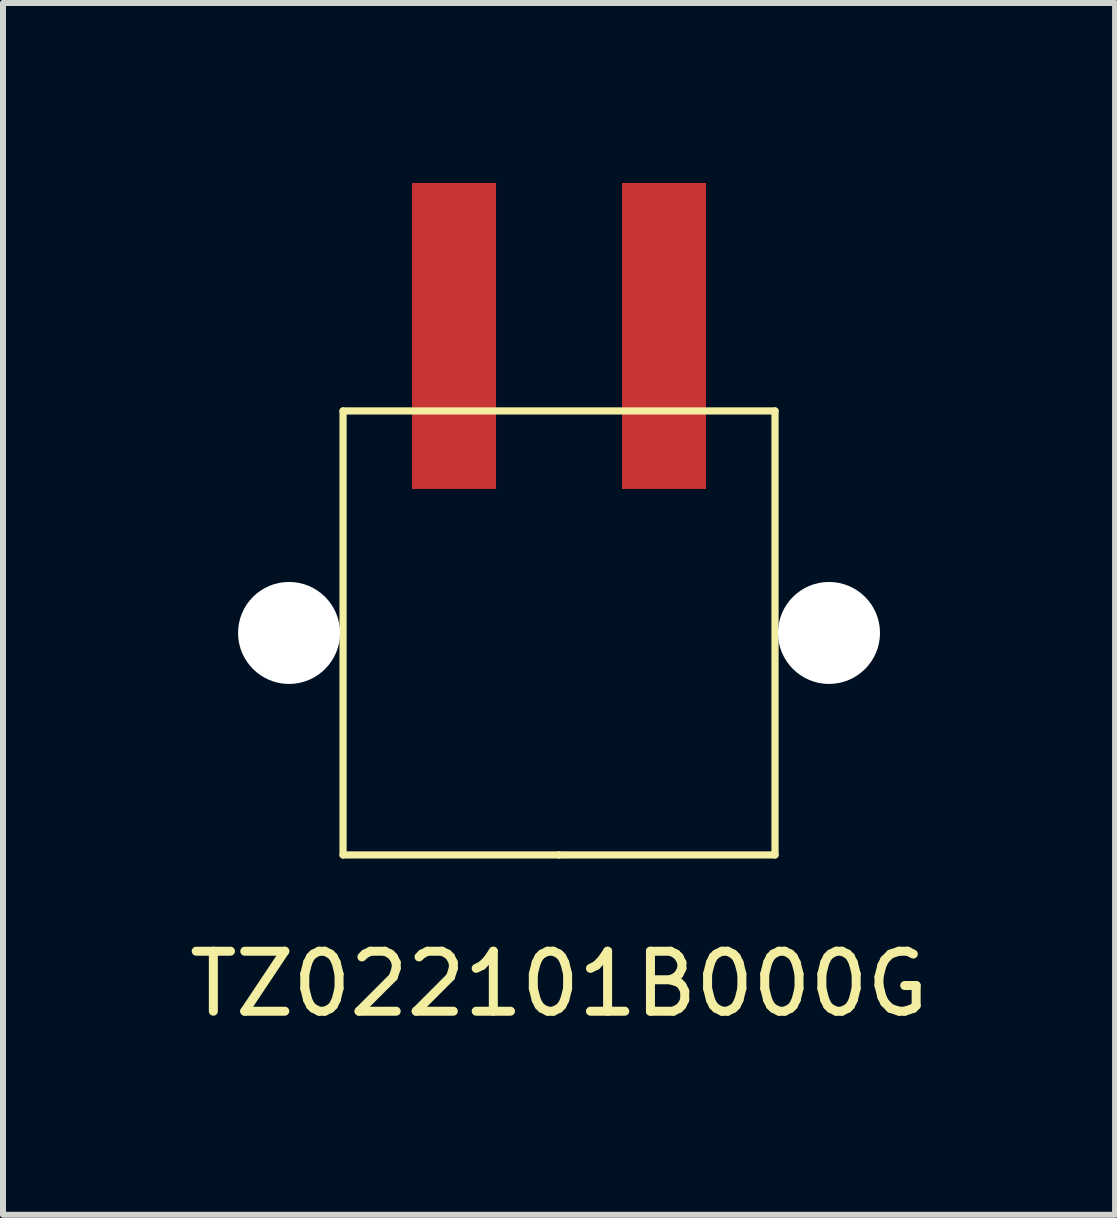
<source format=kicad_pcb>
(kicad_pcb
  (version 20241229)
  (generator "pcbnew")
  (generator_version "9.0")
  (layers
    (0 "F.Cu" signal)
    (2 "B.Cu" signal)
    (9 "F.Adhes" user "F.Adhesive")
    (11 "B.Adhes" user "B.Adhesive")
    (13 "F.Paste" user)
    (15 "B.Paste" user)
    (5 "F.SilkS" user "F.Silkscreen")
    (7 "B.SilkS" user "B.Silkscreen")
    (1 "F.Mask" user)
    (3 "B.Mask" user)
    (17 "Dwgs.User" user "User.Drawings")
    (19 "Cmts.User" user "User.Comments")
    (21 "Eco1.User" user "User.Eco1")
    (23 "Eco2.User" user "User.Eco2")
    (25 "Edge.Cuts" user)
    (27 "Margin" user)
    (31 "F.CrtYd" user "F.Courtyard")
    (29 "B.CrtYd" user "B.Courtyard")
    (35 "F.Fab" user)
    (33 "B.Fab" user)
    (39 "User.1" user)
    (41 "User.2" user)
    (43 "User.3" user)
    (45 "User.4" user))
  (footprint "TZ022101B000G"
    (layer "F.Cu")
    (at 6.268 7.5)
    (property "Reference" "TZ022101B000G" (at 0 5.85 0) (layer "F.SilkS") (effects (font (size 1 1) (thickness 0.15))))
    (attr through_hole)
    (fp_line (start -3.6 -3.7) (end 3.6 -3.7) (stroke (width 0.12) (type solid)) (layer "F.SilkS"))
    (fp_line (start -3.6 3.7) (end -3.6 -3.7) (stroke (width 0.12) (type solid)) (layer "F.SilkS"))
    (fp_line (start 0 3.7) (end -3.6 3.7) (stroke (width 0.12) (type solid)) (layer "F.SilkS"))
    (fp_line (start 3.6 -3.7) (end 3.6 3.7) (stroke (width 0.12) (type solid)) (layer "F.SilkS"))
    (fp_line (start 3.6 3.7) (end 0 3.7) (stroke (width 0.12) (type solid)) (layer "F.SilkS"))
    (pad "" np_thru_hole circle (at -4.5 0) (size 1.7 1.7) (drill 1.7) (layers "*.Cu" "*.Mask"))
    (pad "" np_thru_hole circle (at 4.5 0) (size 1.7 1.7) (drill 1.7) (layers "*.Cu" "*.Mask"))
    (pad "1" smd rect (at -1.75 -4.95) (size 1.4 5.1) (layers "F.Cu" "F.Mask" "F.Paste"))
    (pad "2" smd rect (at 1.75 -4.95) (size 1.4 5.1) (layers "F.Cu" "F.Mask" "F.Paste")))
  (gr_rect
    (start -3 -3)
    (end 15.536 17.198)
    (stroke (width 0.1) (type default))
    (fill no)
    (layer "Edge.Cuts")))
</source>
